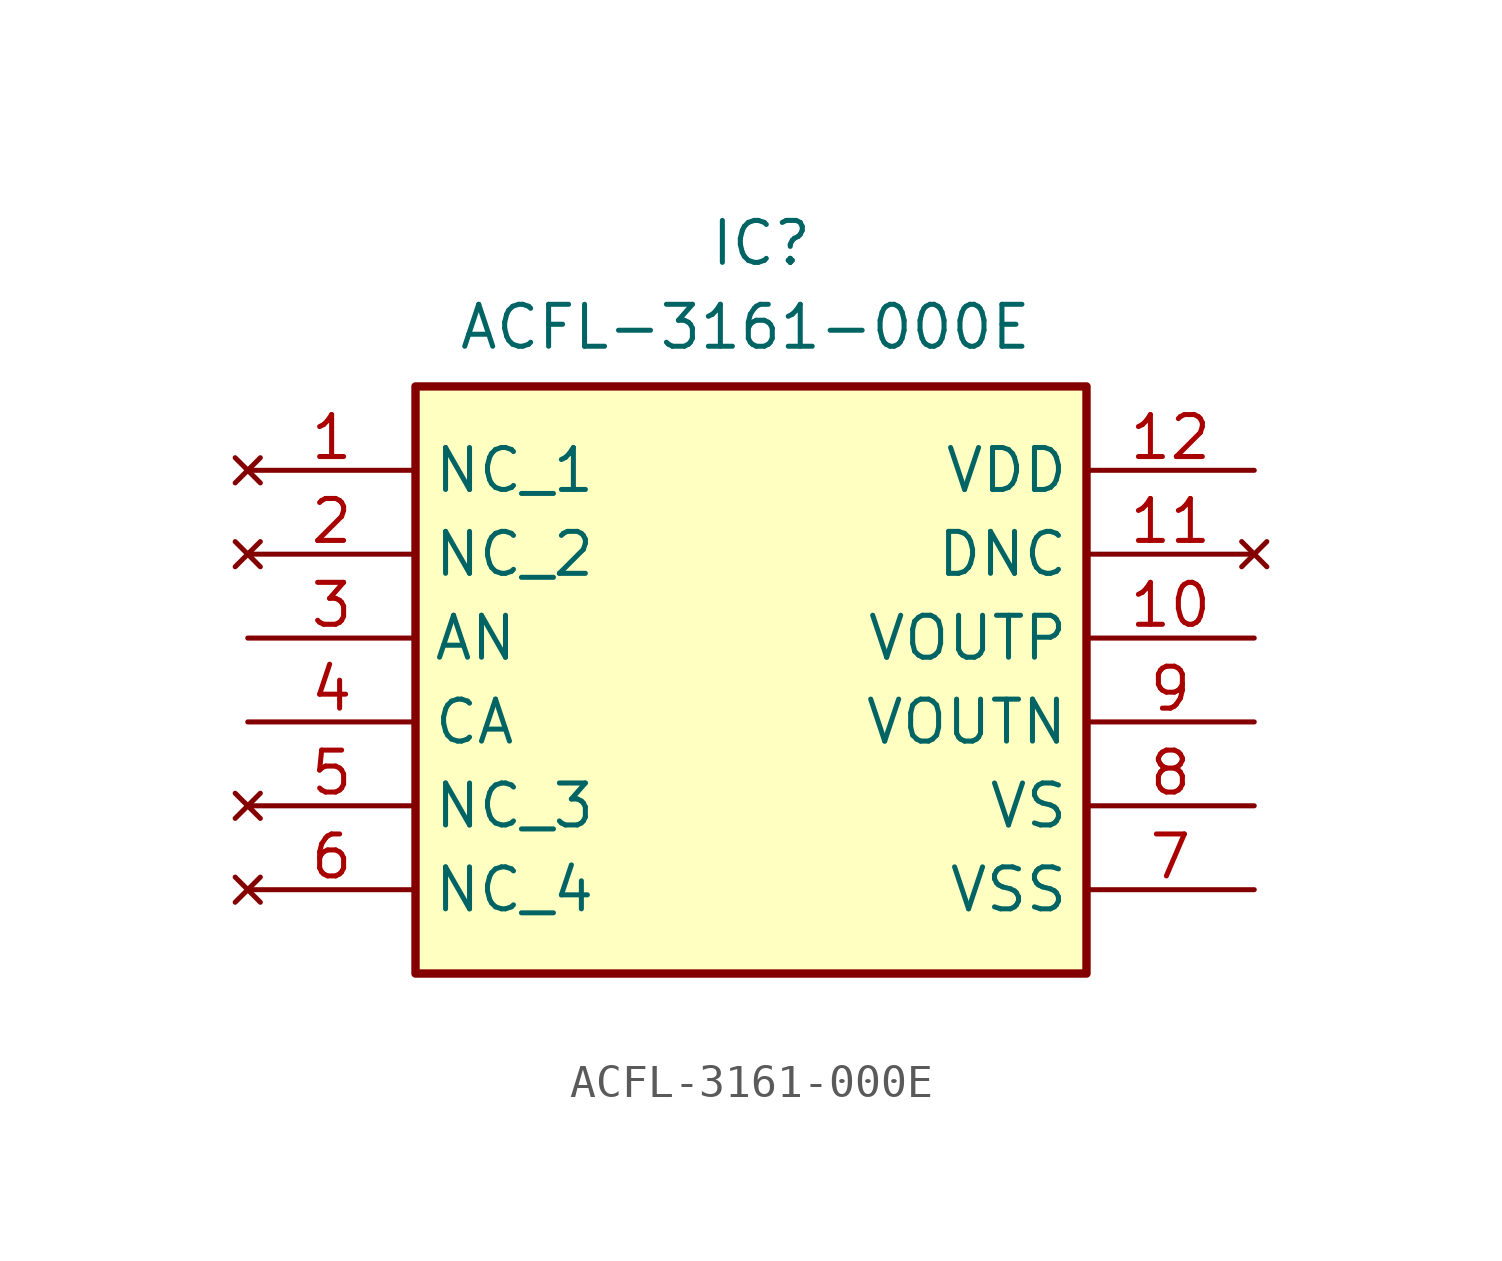
<source format=kicad_sym>
(kicad_symbol_lib
  (version 20220914)
  (generator kicad_symbol_editor)
  (symbol "ACFL-3161-000E"
    (property "Reference" "IC"
      (at 13.97 7.62 0)
      (effects (font (size 1.27 1.27)) (justify left top)))
    (property "Value" "ACFL-3161-000E"
      (at 6.35 5.08 0)
      (effects (font (size 1.27 1.27)) (justify left top)))
    (symbol "ACFL-3161-000E_1_1"
      (rectangle (start 5.08 2.54) (end 25.4 -15.24) (stroke (width 0.254) (type default)) (fill (type background)))
      (pin no_connect line (at 0 0 0) (length 5.08) (name "NC_1" (effects (font (size 1.27 1.27)))) (number "1" (effects (font (size 1.27 1.27)))))
      (pin passive line (at 30.48 -5.08 180) (length 5.08) (name "VOUTP" (effects (font (size 1.27 1.27)))) (number "10" (effects (font (size 1.27 1.27)))))
      (pin no_connect line (at 30.48 -2.54 180) (length 5.08) (name "DNC" (effects (font (size 1.27 1.27)))) (number "11" (effects (font (size 1.27 1.27)))))
      (pin passive line (at 30.48 0 180) (length 5.08) (name "VDD" (effects (font (size 1.27 1.27)))) (number "12" (effects (font (size 1.27 1.27)))))
      (pin no_connect line (at 0 -2.54 0) (length 5.08) (name "NC_2" (effects (font (size 1.27 1.27)))) (number "2" (effects (font (size 1.27 1.27)))))
      (pin passive line (at 0 -5.08 0) (length 5.08) (name "AN" (effects (font (size 1.27 1.27)))) (number "3" (effects (font (size 1.27 1.27)))))
      (pin passive line (at 0 -7.62 0) (length 5.08) (name "CA" (effects (font (size 1.27 1.27)))) (number "4" (effects (font (size 1.27 1.27)))))
      (pin no_connect line (at 0 -10.16 0) (length 5.08) (name "NC_3" (effects (font (size 1.27 1.27)))) (number "5" (effects (font (size 1.27 1.27)))))
      (pin no_connect line (at 0 -12.7 0) (length 5.08) (name "NC_4" (effects (font (size 1.27 1.27)))) (number "6" (effects (font (size 1.27 1.27)))))
      (pin passive line (at 30.48 -12.7 180) (length 5.08) (name "VSS" (effects (font (size 1.27 1.27)))) (number "7" (effects (font (size 1.27 1.27)))))
      (pin passive line (at 30.48 -10.16 180) (length 5.08) (name "VS" (effects (font (size 1.27 1.27)))) (number "8" (effects (font (size 1.27 1.27)))))
      (pin passive line (at 30.48 -7.62 180) (length 5.08) (name "VOUTN" (effects (font (size 1.27 1.27)))) (number "9" (effects (font (size 1.27 1.27))))))))
</source>
